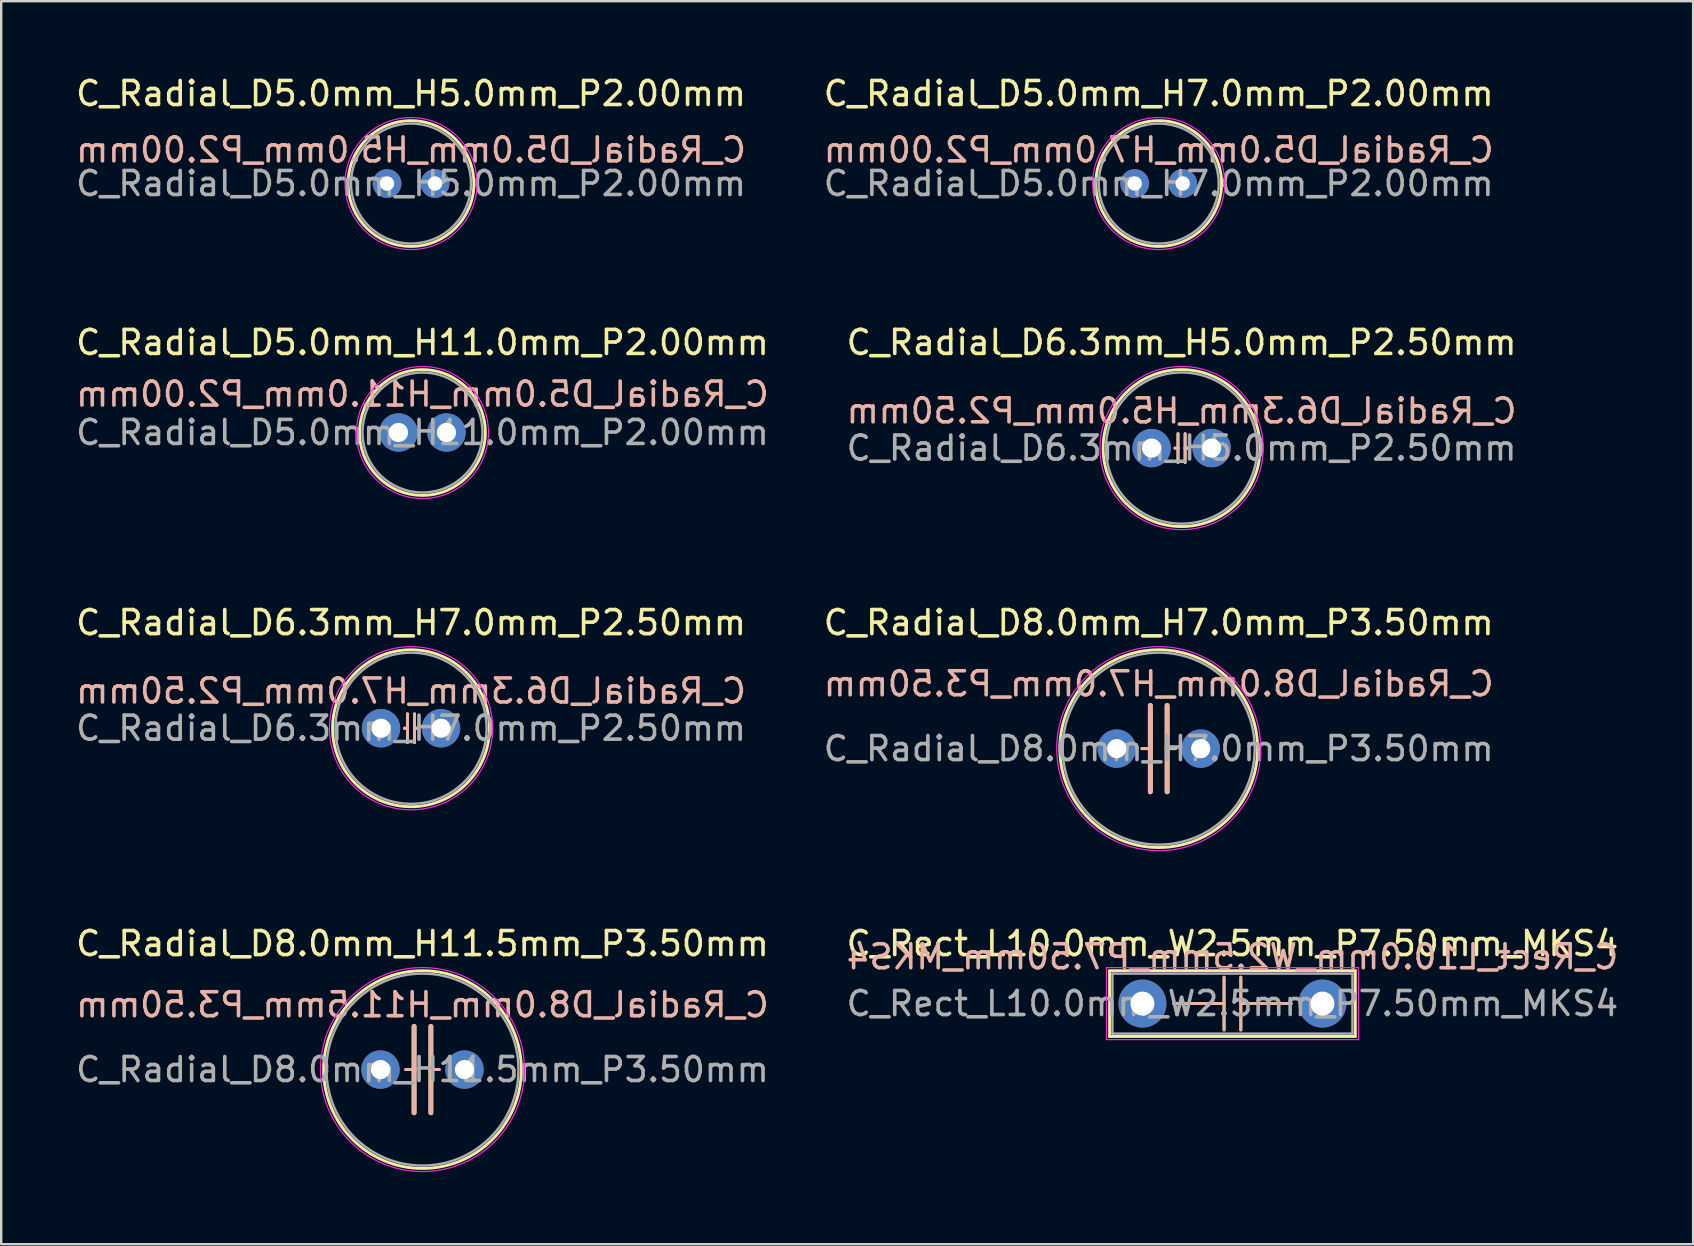
<source format=kicad_pcb>
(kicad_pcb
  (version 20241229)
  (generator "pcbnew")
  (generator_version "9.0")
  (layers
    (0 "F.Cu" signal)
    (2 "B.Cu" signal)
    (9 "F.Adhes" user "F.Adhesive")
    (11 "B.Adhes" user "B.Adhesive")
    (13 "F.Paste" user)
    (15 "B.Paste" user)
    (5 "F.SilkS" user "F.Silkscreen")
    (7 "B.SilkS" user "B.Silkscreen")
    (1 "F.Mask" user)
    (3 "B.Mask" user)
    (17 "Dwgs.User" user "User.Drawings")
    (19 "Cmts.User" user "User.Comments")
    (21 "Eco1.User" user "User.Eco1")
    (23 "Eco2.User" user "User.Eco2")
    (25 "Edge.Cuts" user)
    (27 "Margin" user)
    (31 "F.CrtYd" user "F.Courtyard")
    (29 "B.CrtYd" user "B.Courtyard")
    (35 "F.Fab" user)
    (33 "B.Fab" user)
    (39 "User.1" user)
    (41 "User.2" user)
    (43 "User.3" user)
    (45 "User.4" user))
  (footprint "C_Radial_D8.0mm_H11.5mm_P3.50mm"
    (layer "F.Cu")
    (at 12.804 41.518)
    (property "Reference" "C_Radial_D8.0mm_H11.5mm_P3.50mm" (at 1.75 -5.25 0) (layer "F.SilkS") (effects (font (size 1 1) (thickness 0.15))))
    (fp_line (start 1.05 0) (end 1.4 0) (stroke (width 0.12) (type solid)) (layer "F.SilkS"))
    (fp_line (start 1.4 0) (end 1.4 1.8) (stroke (width 0.2) (type solid)) (layer "F.SilkS"))
    (fp_line (start 1.4 0.042) (end 1.4 -1.8) (stroke (width 0.2) (type solid)) (layer "F.SilkS"))
    (fp_line (start 2.1 0) (end 2.1 -1.8) (stroke (width 0.2) (type solid)) (layer "F.SilkS"))
    (fp_line (start 2.1 0) (end 2.1 1.8) (stroke (width 0.2) (type solid)) (layer "F.SilkS"))
    (fp_line (start 2.45 0) (end 2.1 0) (stroke (width 0.12) (type solid)) (layer "F.SilkS"))
    (fp_circle (center 1.75 0) (end 5.87 0) (stroke (width 0.12) (type solid)) (fill no) (layer "F.SilkS"))
    (fp_line (start 1.05 0) (end 1.4 0) (stroke (width 0.12) (type solid)) (layer "B.SilkS"))
    (fp_line (start 1.4 -0.042) (end 1.4 1.8) (stroke (width 0.2) (type solid)) (layer "B.SilkS"))
    (fp_line (start 1.4 0) (end 1.4 -1.8) (stroke (width 0.2) (type solid)) (layer "B.SilkS"))
    (fp_line (start 2.1 0) (end 2.1 -1.8) (stroke (width 0.2) (type solid)) (layer "B.SilkS"))
    (fp_line (start 2.1 0) (end 2.1 1.8) (stroke (width 0.2) (type solid)) (layer "B.SilkS"))
    (fp_line (start 2.45 0) (end 2.1 0) (stroke (width 0.12) (type solid)) (layer "B.SilkS"))
    (fp_circle (center 1.75 0) (end 6 0) (stroke (width 0.05) (type solid)) (fill no) (layer "F.CrtYd"))
    (fp_circle (center 1.75 0) (end 5.75 0) (stroke (width 0.1) (type solid)) (fill no) (layer "F.Fab"))
    (fp_text user "${REFERENCE}" (at 1.75 -2.7 0) (layer "B.SilkS") (effects (font (size 1 1) (thickness 0.15)) (justify mirror)))
    (fp_text user "${REFERENCE}" (at 1.75 0 0) (layer "F.Fab") (effects (font (size 1 1) (thickness 0.15))))
    (pad "1" thru_hole circle (at 0 0) (size 1.6 1.6) (drill 0.8) (layers "*.Cu" "*.Mask"))
    (pad "2" thru_hole circle (at 3.5 0) (size 1.6 1.6) (drill 0.8) (layers "*.Cu" "*.Mask")))
  (footprint "C_Radial_D6.3mm_H5.0mm_P2.50mm"
    (layer "F.Cu")
    (at 44.935 15.621)
    (property "Reference" "C_Radial_D6.3mm_H5.0mm_P2.50mm" (at 1.25 -4.4 0) (layer "F.SilkS") (effects (font (size 1 1) (thickness 0.15))))
    (fp_line (start 0.973 0) (end 1.1 0) (stroke (width 0.12) (type solid)) (layer "F.SilkS"))
    (fp_line (start 1.1 0) (end 1.1 -0.6) (stroke (width 0.12) (type solid)) (layer "F.SilkS"))
    (fp_line (start 1.1 0) (end 1.1 0.6) (stroke (width 0.12) (type solid)) (layer "F.SilkS"))
    (fp_line (start 1.397 0) (end 1.397 -0.6) (stroke (width 0.12) (type solid)) (layer "F.SilkS"))
    (fp_line (start 1.397 0) (end 1.397 0.6) (stroke (width 0.12) (type solid)) (layer "F.SilkS"))
    (fp_line (start 1.524 0) (end 1.397 0) (stroke (width 0.12) (type solid)) (layer "F.SilkS"))
    (fp_circle (center 1.25 0) (end 4.52 0) (stroke (width 0.12) (type solid)) (fill no) (layer "F.SilkS"))
    (fp_line (start 0.973 0) (end 1.1 0) (stroke (width 0.12) (type solid)) (layer "B.SilkS"))
    (fp_line (start 1.1 0) (end 1.1 -0.6) (stroke (width 0.12) (type solid)) (layer "B.SilkS"))
    (fp_line (start 1.1 0) (end 1.1 0.6) (stroke (width 0.12) (type solid)) (layer "B.SilkS"))
    (fp_line (start 1.397 0) (end 1.397 -0.6) (stroke (width 0.12) (type solid)) (layer "B.SilkS"))
    (fp_line (start 1.397 0) (end 1.397 0.6) (stroke (width 0.12) (type solid)) (layer "B.SilkS"))
    (fp_line (start 1.524 0) (end 1.397 0) (stroke (width 0.12) (type solid)) (layer "B.SilkS"))
    (fp_circle (center 1.25 0) (end 4.65 0) (stroke (width 0.05) (type solid)) (fill no) (layer "F.CrtYd"))
    (fp_circle (center 1.25 0) (end 4.4 0) (stroke (width 0.1) (type solid)) (fill no) (layer "F.Fab"))
    (fp_text user "${REFERENCE}" (at 1.25 -1.55 0) (layer "B.SilkS") (effects (font (size 1 1) (thickness 0.15)) (justify mirror)))
    (fp_text user "${REFERENCE}" (at 1.25 0 0) (layer "F.Fab") (effects (font (size 1 1) (thickness 0.15))))
    (pad "1" thru_hole circle (at 0 0) (size 1.6 1.6) (drill 0.8) (layers "*.Cu" "*.Mask"))
    (pad "2" thru_hole circle (at 2.5 0) (size 1.6 1.6) (drill 0.8) (layers "*.Cu" "*.Mask")))
  (footprint "C_Radial_D5.0mm_H7.0mm_P2.00mm"
    (layer "F.Cu")
    (at 44.232 4.598)
    (property "Reference" "C_Radial_D5.0mm_H7.0mm_P2.00mm" (at 1 -3.75 0) (layer "F.SilkS") (effects (font (size 1 1) (thickness 0.15))))
    (fp_circle (center 1 0) (end 3.62 0) (stroke (width 0.12) (type solid)) (fill no) (layer "F.SilkS"))
    (fp_circle (center 1 0) (end 3.75 0) (stroke (width 0.05) (type solid)) (fill no) (layer "F.CrtYd"))
    (fp_circle (center 1 0) (end 3.5 0) (stroke (width 0.1) (type solid)) (fill no) (layer "F.Fab"))
    (fp_text user "${REFERENCE}" (at 1 -1.4 0) (layer "B.SilkS") (effects (font (size 1 1) (thickness 0.15)) (justify mirror)))
    (fp_text user "${REFERENCE}" (at 1 0 0) (layer "F.Fab") (effects (font (size 1 1) (thickness 0.15))))
    (pad "1" thru_hole circle (at 0 0) (size 1.2 1.2) (drill 0.6) (layers "*.Cu" "*.Mask"))
    (pad "2" thru_hole circle (at 2 0) (size 1.2 1.2) (drill 0.6) (layers "*.Cu" "*.Mask")))
  (footprint "C_Rect_L10.0mm_W2.5mm_P7.50mm_MKS4"
    (layer "F.Cu")
    (at 44.554 38.768)
    (property "Reference" "C_Rect_L10.0mm_W2.5mm_P7.50mm_MKS4" (at 3.75 -2.5 0) (layer "F.SilkS") (effects (font (size 1 1) (thickness 0.15))))
    (fp_line (start -1.37 -1.37) (end -1.37 1.37) (stroke (width 0.12) (type solid)) (layer "F.SilkS"))
    (fp_line (start -1.37 -1.37) (end 8.87 -1.37) (stroke (width 0.12) (type solid)) (layer "F.SilkS"))
    (fp_line (start -1.37 1.37) (end 8.87 1.37) (stroke (width 0.12) (type solid)) (layer "F.SilkS"))
    (fp_line (start 1.3 0) (end 3.4 0) (stroke (width 0.12) (type solid)) (layer "F.SilkS"))
    (fp_line (start 3.4 -1.1) (end 3.4 1.1) (stroke (width 0.12) (type solid)) (layer "F.SilkS"))
    (fp_line (start 4.1 -1.1) (end 4.1 1.1) (stroke (width 0.12) (type solid)) (layer "F.SilkS"))
    (fp_line (start 4.1 0) (end 6.2 0) (stroke (width 0.12) (type solid)) (layer "F.SilkS"))
    (fp_line (start 8.87 -1.37) (end 8.87 1.37) (stroke (width 0.12) (type solid)) (layer "F.SilkS"))
    (fp_line (start 1.3 0) (end 3.4 0) (stroke (width 0.12) (type solid)) (layer "B.SilkS"))
    (fp_line (start 3.4 1.1) (end 3.4 -1.1) (stroke (width 0.12) (type solid)) (layer "B.SilkS"))
    (fp_line (start 4.1 0) (end 6.2 0) (stroke (width 0.12) (type solid)) (layer "B.SilkS"))
    (fp_line (start 4.1 1.1) (end 4.1 -1.1) (stroke (width 0.12) (type solid)) (layer "B.SilkS"))
    (fp_line (start -1.5 -1.5) (end -1.5 1.5) (stroke (width 0.05) (type solid)) (layer "F.CrtYd"))
    (fp_line (start -1.5 1.5) (end 9 1.5) (stroke (width 0.05) (type solid)) (layer "F.CrtYd"))
    (fp_line (start 9 -1.5) (end -1.5 -1.5) (stroke (width 0.05) (type solid)) (layer "F.CrtYd"))
    (fp_line (start 9 1.5) (end 9 -1.5) (stroke (width 0.05) (type solid)) (layer "F.CrtYd"))
    (fp_line (start -1.25 -1.25) (end -1.25 1.25) (stroke (width 0.1) (type solid)) (layer "F.Fab"))
    (fp_line (start -1.25 1.25) (end 8.75 1.25) (stroke (width 0.1) (type solid)) (layer "F.Fab"))
    (fp_line (start 8.75 -1.25) (end -1.25 -1.25) (stroke (width 0.1) (type solid)) (layer "F.Fab"))
    (fp_line (start 8.75 1.25) (end 8.75 -1.25) (stroke (width 0.1) (type solid)) (layer "F.Fab"))
    (fp_text user "${REFERENCE}" (at 3.75 -1.95 0) (layer "B.SilkS") (effects (font (size 1 1) (thickness 0.15)) (justify mirror)))
    (fp_text user "${REFERENCE}" (at 3.75 0 0) (layer "F.Fab") (effects (font (size 1 1) (thickness 0.15))))
    (pad "1" thru_hole circle (at 0 0) (size 2 2) (drill 1) (layers "*.Cu" "*.Mask"))
    (pad "2" thru_hole circle (at 7.5 0) (size 2 2) (drill 1) (layers "*.Cu" "*.Mask")))
  (footprint "C_Radial_D5.0mm_H11.0mm_P2.00mm"
    (layer "F.Cu")
    (at 13.554 14.972)
    (property "Reference" "C_Radial_D5.0mm_H11.0mm_P2.00mm" (at 1 -3.75 0) (layer "F.SilkS") (effects (font (size 1 1) (thickness 0.15))))
    (fp_circle (center 1 0) (end 3.62 0) (stroke (width 0.12) (type solid)) (fill no) (layer "F.SilkS"))
    (fp_circle (center 1 0) (end 3.75 0) (stroke (width 0.05) (type solid)) (fill no) (layer "F.CrtYd"))
    (fp_circle (center 1 0) (end 3.5 0) (stroke (width 0.1) (type solid)) (fill no) (layer "F.Fab"))
    (fp_text user "${REFERENCE}" (at 1 -1.6 0) (layer "B.SilkS") (effects (font (size 1 1) (thickness 0.15)) (justify mirror)))
    (fp_text user "${REFERENCE}" (at 1 0 0) (layer "F.Fab") (effects (font (size 1 1) (thickness 0.15))))
    (pad "1" thru_hole circle (at 0 0) (size 1.6 1.6) (drill 0.8) (layers "*.Cu" "*.Mask"))
    (pad "2" thru_hole circle (at 2 0) (size 1.6 1.6) (drill 0.8) (layers "*.Cu" "*.Mask")))
  (footprint "C_Radial_D8.0mm_H7.0mm_P3.50mm"
    (layer "F.Cu")
    (at 43.482 28.145)
    (property "Reference" "C_Radial_D8.0mm_H7.0mm_P3.50mm" (at 1.75 -5.25 0) (layer "F.SilkS") (effects (font (size 1 1) (thickness 0.15))))
    (fp_line (start 1.05 0) (end 1.4 0) (stroke (width 0.12) (type solid)) (layer "F.SilkS"))
    (fp_line (start 1.4 0) (end 1.4 1.8) (stroke (width 0.2) (type solid)) (layer "F.SilkS"))
    (fp_line (start 1.4 0.042) (end 1.4 -1.8) (stroke (width 0.2) (type solid)) (layer "F.SilkS"))
    (fp_line (start 2.1 0) (end 2.1 -1.8) (stroke (width 0.2) (type solid)) (layer "F.SilkS"))
    (fp_line (start 2.1 0) (end 2.1 1.8) (stroke (width 0.2) (type solid)) (layer "F.SilkS"))
    (fp_line (start 2.45 0) (end 2.1 0) (stroke (width 0.12) (type solid)) (layer "F.SilkS"))
    (fp_circle (center 1.75 0) (end 5.87 0) (stroke (width 0.12) (type solid)) (fill no) (layer "F.SilkS"))
    (fp_line (start 1.05 0) (end 1.4 0) (stroke (width 0.12) (type solid)) (layer "B.SilkS"))
    (fp_line (start 1.4 -0.042) (end 1.4 1.8) (stroke (width 0.2) (type solid)) (layer "B.SilkS"))
    (fp_line (start 1.4 0) (end 1.4 -1.8) (stroke (width 0.2) (type solid)) (layer "B.SilkS"))
    (fp_line (start 2.1 0) (end 2.1 -1.8) (stroke (width 0.2) (type solid)) (layer "B.SilkS"))
    (fp_line (start 2.1 0) (end 2.1 1.8) (stroke (width 0.2) (type solid)) (layer "B.SilkS"))
    (fp_line (start 2.45 0) (end 2.1 0) (stroke (width 0.12) (type solid)) (layer "B.SilkS"))
    (fp_circle (center 1.75 0) (end 6 0) (stroke (width 0.05) (type solid)) (fill no) (layer "F.CrtYd"))
    (fp_circle (center 1.75 0) (end 5.75 0) (stroke (width 0.1) (type solid)) (fill no) (layer "F.Fab"))
    (fp_text user "${REFERENCE}" (at 1.75 -2.7 0) (layer "B.SilkS") (effects (font (size 1 1) (thickness 0.15)) (justify mirror)))
    (fp_text user "${REFERENCE}" (at 1.75 0 0) (layer "F.Fab") (effects (font (size 1 1) (thickness 0.15))))
    (pad "1" thru_hole circle (at 0 0) (size 1.6 1.6) (drill 0.8) (layers "*.Cu" "*.Mask"))
    (pad "2" thru_hole circle (at 3.5 0) (size 1.6 1.6) (drill 0.8) (layers "*.Cu" "*.Mask")))
  (footprint "C_Radial_D6.3mm_H7.0mm_P2.50mm"
    (layer "F.Cu")
    (at 12.827 27.295)
    (property "Reference" "C_Radial_D6.3mm_H7.0mm_P2.50mm" (at 1.25 -4.4 0) (layer "F.SilkS") (effects (font (size 1 1) (thickness 0.15))))
    (fp_line (start 0.973 0) (end 1.1 0) (stroke (width 0.12) (type solid)) (layer "F.SilkS"))
    (fp_line (start 1.1 0) (end 1.1 -0.6) (stroke (width 0.12) (type solid)) (layer "F.SilkS"))
    (fp_line (start 1.1 0) (end 1.1 0.6) (stroke (width 0.12) (type solid)) (layer "F.SilkS"))
    (fp_line (start 1.397 0) (end 1.397 -0.6) (stroke (width 0.12) (type solid)) (layer "F.SilkS"))
    (fp_line (start 1.397 0) (end 1.397 0.6) (stroke (width 0.12) (type solid)) (layer "F.SilkS"))
    (fp_line (start 1.524 0) (end 1.397 0) (stroke (width 0.12) (type solid)) (layer "F.SilkS"))
    (fp_circle (center 1.25 0) (end 4.52 0) (stroke (width 0.12) (type solid)) (fill no) (layer "F.SilkS"))
    (fp_line (start 0.973 0) (end 1.1 0) (stroke (width 0.12) (type solid)) (layer "B.SilkS"))
    (fp_line (start 1.1 0) (end 1.1 -0.6) (stroke (width 0.12) (type solid)) (layer "B.SilkS"))
    (fp_line (start 1.1 0) (end 1.1 0.6) (stroke (width 0.12) (type solid)) (layer "B.SilkS"))
    (fp_line (start 1.397 0) (end 1.397 -0.6) (stroke (width 0.12) (type solid)) (layer "B.SilkS"))
    (fp_line (start 1.397 0) (end 1.397 0.6) (stroke (width 0.12) (type solid)) (layer "B.SilkS"))
    (fp_line (start 1.524 0) (end 1.397 0) (stroke (width 0.12) (type solid)) (layer "B.SilkS"))
    (fp_circle (center 1.25 0) (end 4.65 0) (stroke (width 0.05) (type solid)) (fill no) (layer "F.CrtYd"))
    (fp_circle (center 1.25 0) (end 4.4 0) (stroke (width 0.1) (type solid)) (fill no) (layer "F.Fab"))
    (fp_text user "${REFERENCE}" (at 1.25 -1.55 0) (layer "B.SilkS") (effects (font (size 1 1) (thickness 0.15)) (justify mirror)))
    (fp_text user "${REFERENCE}" (at 1.25 0 0) (layer "F.Fab") (effects (font (size 1 1) (thickness 0.15))))
    (pad "1" thru_hole circle (at 0 0) (size 1.6 1.6) (drill 0.8) (layers "*.Cu" "*.Mask"))
    (pad "2" thru_hole circle (at 2.5 0) (size 1.6 1.6) (drill 0.8) (layers "*.Cu" "*.Mask")))
  (footprint "C_Radial_D5.0mm_H5.0mm_P2.00mm"
    (layer "F.Cu")
    (at 13.077 4.598)
    (property "Reference" "C_Radial_D5.0mm_H5.0mm_P2.00mm" (at 1 -3.75 0) (layer "F.SilkS") (effects (font (size 1 1) (thickness 0.15))))
    (fp_circle (center 1 0) (end 3.62 0) (stroke (width 0.12) (type solid)) (fill no) (layer "F.SilkS"))
    (fp_circle (center 1 0) (end 3.75 0) (stroke (width 0.05) (type solid)) (fill no) (layer "F.CrtYd"))
    (fp_circle (center 1 0) (end 3.5 0) (stroke (width 0.1) (type solid)) (fill no) (layer "F.Fab"))
    (fp_text user "${REFERENCE}" (at 1 -1.4 0) (layer "B.SilkS") (effects (font (size 1 1) (thickness 0.15)) (justify mirror)))
    (fp_text user "${REFERENCE}" (at 1 0 0) (layer "F.Fab") (effects (font (size 1 1) (thickness 0.15))))
    (pad "1" thru_hole circle (at 0 0) (size 1.2 1.2) (drill 0.6) (layers "*.Cu" "*.Mask"))
    (pad "2" thru_hole circle (at 2 0) (size 1.2 1.2) (drill 0.6) (layers "*.Cu" "*.Mask")))
  (gr_rect
    (start -3 -3)
    (end 67.5 48.793)
    (stroke (width 0.1) (type default))
    (fill no)
    (layer "Edge.Cuts")))
</source>
